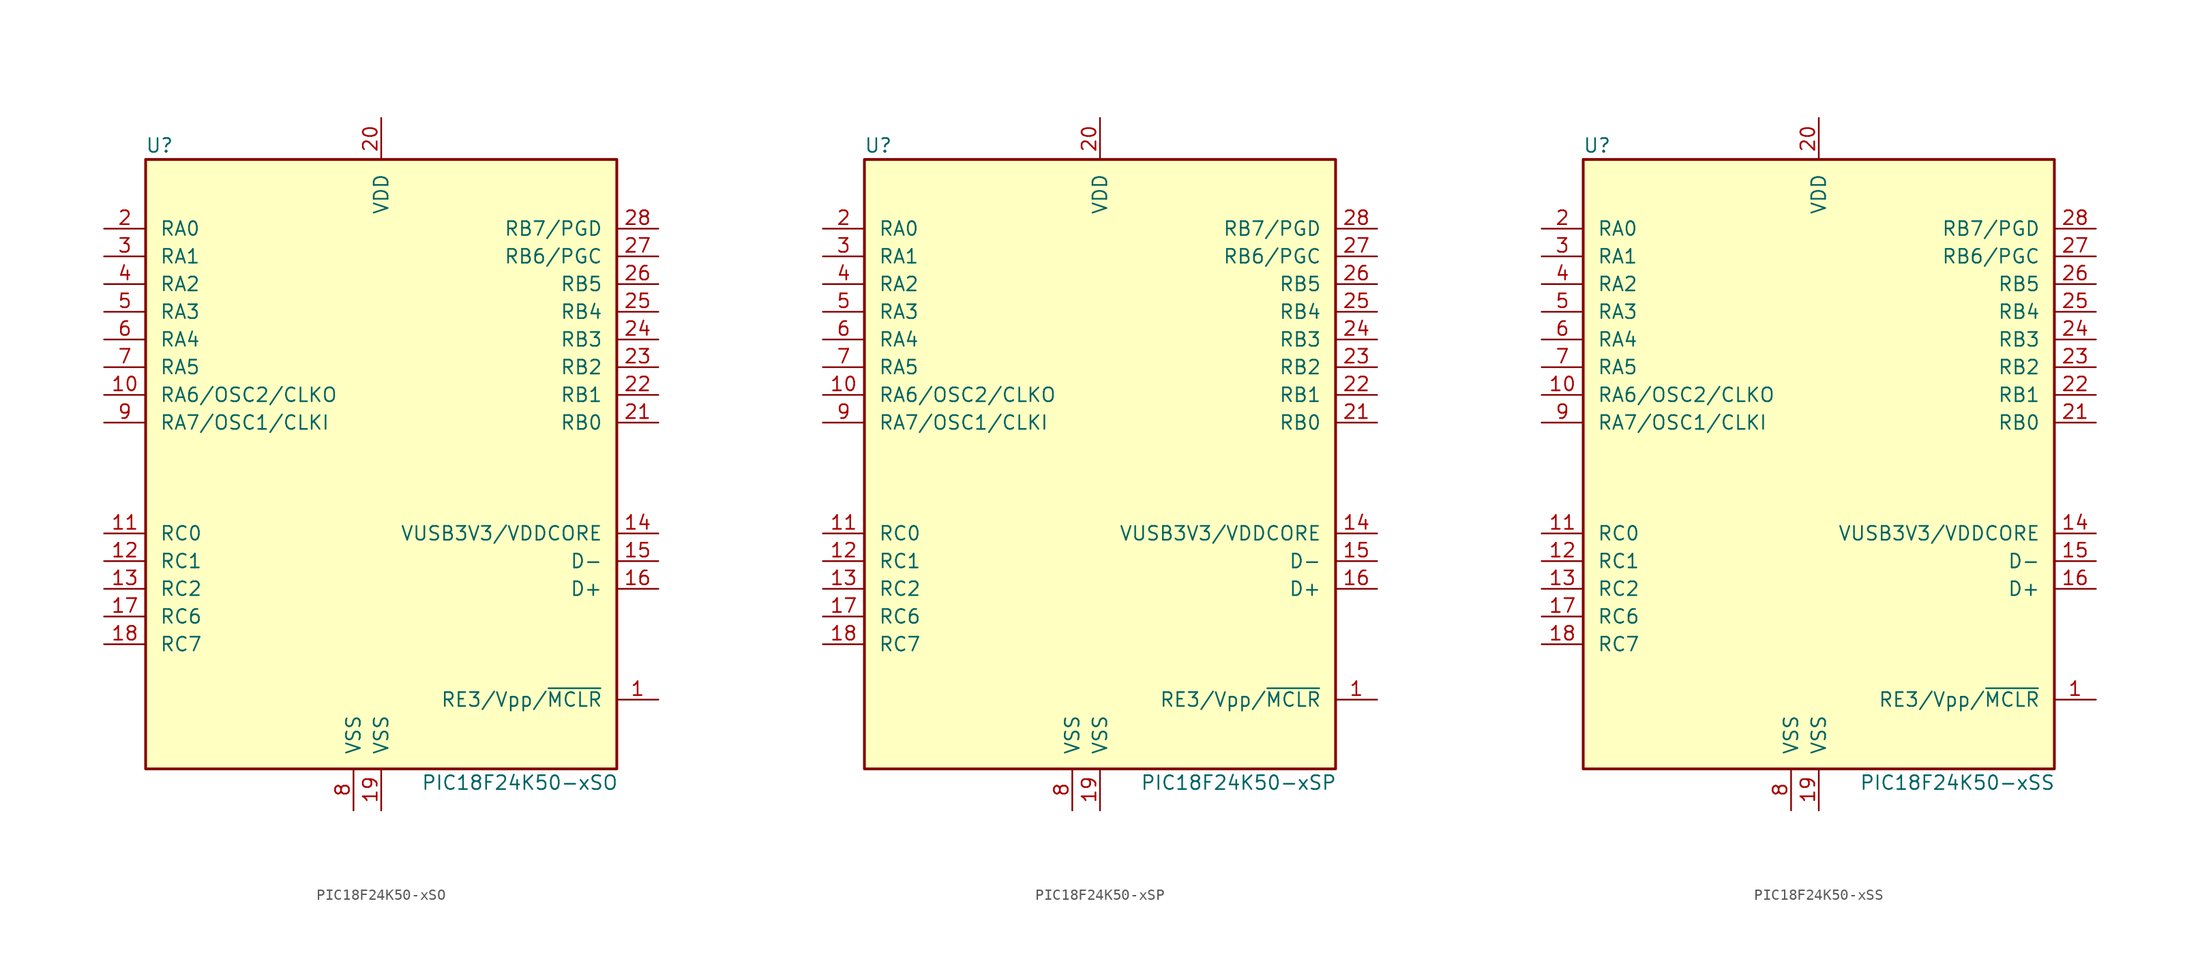
<source format=kicad_sym>
(kicad_symbol_lib
  (version 20241209)
  (generator "kicad_symbol_editor")
  (generator_version "9.0")
  (symbol "PIC18F24K50-xSO"
    (pin_names
      (offset 1.27))
    (property "Reference" "U"
      (at -20.32 30.48 0)
      (effects (font (size 1.27 1.27))))
    (property "Value" "PIC18F24K50-xSO"
      (at 12.7 -27.94 0)
      (effects (font (size 1.27 1.27))))
    (symbol "PIC18F24K50-xSO_0_1"
      (rectangle (start -21.59 29.21) (end 21.59 -26.67) (stroke (width 0.254) (type default)) (fill (type background))))
    (symbol "PIC18F24K50-xSO_1_1"
      (pin bidirectional line (at -25.4 22.86 0) (length 3.81) (name "RA0" (effects (font (size 1.27 1.27)))) (number "2" (effects (font (size 1.27 1.27)))))
      (pin bidirectional line (at -25.4 20.32 0) (length 3.81) (name "RA1" (effects (font (size 1.27 1.27)))) (number "3" (effects (font (size 1.27 1.27)))))
      (pin bidirectional line (at -25.4 17.78 0) (length 3.81) (name "RA2" (effects (font (size 1.27 1.27)))) (number "4" (effects (font (size 1.27 1.27)))))
      (pin bidirectional line (at -25.4 15.24 0) (length 3.81) (name "RA3" (effects (font (size 1.27 1.27)))) (number "5" (effects (font (size 1.27 1.27)))))
      (pin bidirectional line (at -25.4 12.7 0) (length 3.81) (name "RA4" (effects (font (size 1.27 1.27)))) (number "6" (effects (font (size 1.27 1.27)))))
      (pin bidirectional line (at -25.4 10.16 0) (length 3.81) (name "RA5" (effects (font (size 1.27 1.27)))) (number "7" (effects (font (size 1.27 1.27)))))
      (pin output line (at -25.4 7.62 0) (length 3.81) (name "RA6/OSC2/CLKO" (effects (font (size 1.27 1.27)))) (number "10" (effects (font (size 1.27 1.27)))))
      (pin input line (at -25.4 5.08 0) (length 3.81) (name "RA7/OSC1/CLKI" (effects (font (size 1.27 1.27)))) (number "9" (effects (font (size 1.27 1.27)))))
      (pin bidirectional line (at -25.4 -5.08 0) (length 3.81) (name "RC0" (effects (font (size 1.27 1.27)))) (number "11" (effects (font (size 1.27 1.27)))))
      (pin bidirectional line (at -25.4 -7.62 0) (length 3.81) (name "RC1" (effects (font (size 1.27 1.27)))) (number "12" (effects (font (size 1.27 1.27)))))
      (pin bidirectional line (at -25.4 -10.16 0) (length 3.81) (name "RC2" (effects (font (size 1.27 1.27)))) (number "13" (effects (font (size 1.27 1.27)))))
      (pin bidirectional line (at -25.4 -12.7 0) (length 3.81) (name "RC6" (effects (font (size 1.27 1.27)))) (number "17" (effects (font (size 1.27 1.27)))))
      (pin bidirectional line (at -25.4 -15.24 0) (length 3.81) (name "RC7" (effects (font (size 1.27 1.27)))) (number "18" (effects (font (size 1.27 1.27)))))
      (pin power_in line (at -2.54 -30.48 90) (length 3.81) (name "VSS" (effects (font (size 1.27 1.27)))) (number "8" (effects (font (size 1.27 1.27)))))
      (pin power_in line (at 0 33.02 270) (length 3.81) (name "VDD" (effects (font (size 1.27 1.27)))) (number "20" (effects (font (size 1.27 1.27)))))
      (pin power_in line (at 0 -30.48 90) (length 3.81) (name "VSS" (effects (font (size 1.27 1.27)))) (number "19" (effects (font (size 1.27 1.27)))))
      (pin bidirectional line (at 25.4 22.86 180) (length 3.81) (name "RB7/PGD" (effects (font (size 1.27 1.27)))) (number "28" (effects (font (size 1.27 1.27)))))
      (pin bidirectional line (at 25.4 20.32 180) (length 3.81) (name "RB6/PGC" (effects (font (size 1.27 1.27)))) (number "27" (effects (font (size 1.27 1.27)))))
      (pin bidirectional line (at 25.4 17.78 180) (length 3.81) (name "RB5" (effects (font (size 1.27 1.27)))) (number "26" (effects (font (size 1.27 1.27)))))
      (pin bidirectional line (at 25.4 15.24 180) (length 3.81) (name "RB4" (effects (font (size 1.27 1.27)))) (number "25" (effects (font (size 1.27 1.27)))))
      (pin bidirectional line (at 25.4 12.7 180) (length 3.81) (name "RB3" (effects (font (size 1.27 1.27)))) (number "24" (effects (font (size 1.27 1.27)))))
      (pin bidirectional line (at 25.4 10.16 180) (length 3.81) (name "RB2" (effects (font (size 1.27 1.27)))) (number "23" (effects (font (size 1.27 1.27)))))
      (pin bidirectional line (at 25.4 7.62 180) (length 3.81) (name "RB1" (effects (font (size 1.27 1.27)))) (number "22" (effects (font (size 1.27 1.27)))))
      (pin bidirectional line (at 25.4 5.08 180) (length 3.81) (name "RB0" (effects (font (size 1.27 1.27)))) (number "21" (effects (font (size 1.27 1.27)))))
      (pin bidirectional line (at 25.4 -5.08 180) (length 3.81) (name "VUSB3V3/VDDCORE" (effects (font (size 1.27 1.27)))) (number "14" (effects (font (size 1.27 1.27)))))
      (pin bidirectional line (at 25.4 -7.62 180) (length 3.81) (name "D-" (effects (font (size 1.27 1.27)))) (number "15" (effects (font (size 1.27 1.27)))))
      (pin bidirectional line (at 25.4 -10.16 180) (length 3.81) (name "D+" (effects (font (size 1.27 1.27)))) (number "16" (effects (font (size 1.27 1.27)))))
      (pin input line (at 25.4 -20.32 180) (length 3.81) (name "RE3/Vpp/~{MCLR}" (effects (font (size 1.27 1.27)))) (number "1" (effects (font (size 1.27 1.27)))))))
  (symbol "PIC18F24K50-xSP"
    (pin_names
      (offset 1.27))
    (property "Reference" "U"
      (at -20.32 30.48 0)
      (effects (font (size 1.27 1.27))))
    (property "Value" "PIC18F24K50-xSP"
      (at 12.7 -27.94 0)
      (effects (font (size 1.27 1.27))))
    (symbol "PIC18F24K50-xSP_0_1"
      (rectangle (start -21.59 29.21) (end 21.59 -26.67) (stroke (width 0.254) (type default)) (fill (type background))))
    (symbol "PIC18F24K50-xSP_1_1"
      (pin bidirectional line (at -25.4 22.86 0) (length 3.81) (name "RA0" (effects (font (size 1.27 1.27)))) (number "2" (effects (font (size 1.27 1.27)))))
      (pin bidirectional line (at -25.4 20.32 0) (length 3.81) (name "RA1" (effects (font (size 1.27 1.27)))) (number "3" (effects (font (size 1.27 1.27)))))
      (pin bidirectional line (at -25.4 17.78 0) (length 3.81) (name "RA2" (effects (font (size 1.27 1.27)))) (number "4" (effects (font (size 1.27 1.27)))))
      (pin bidirectional line (at -25.4 15.24 0) (length 3.81) (name "RA3" (effects (font (size 1.27 1.27)))) (number "5" (effects (font (size 1.27 1.27)))))
      (pin bidirectional line (at -25.4 12.7 0) (length 3.81) (name "RA4" (effects (font (size 1.27 1.27)))) (number "6" (effects (font (size 1.27 1.27)))))
      (pin bidirectional line (at -25.4 10.16 0) (length 3.81) (name "RA5" (effects (font (size 1.27 1.27)))) (number "7" (effects (font (size 1.27 1.27)))))
      (pin output line (at -25.4 7.62 0) (length 3.81) (name "RA6/OSC2/CLKO" (effects (font (size 1.27 1.27)))) (number "10" (effects (font (size 1.27 1.27)))))
      (pin input line (at -25.4 5.08 0) (length 3.81) (name "RA7/OSC1/CLKI" (effects (font (size 1.27 1.27)))) (number "9" (effects (font (size 1.27 1.27)))))
      (pin bidirectional line (at -25.4 -5.08 0) (length 3.81) (name "RC0" (effects (font (size 1.27 1.27)))) (number "11" (effects (font (size 1.27 1.27)))))
      (pin bidirectional line (at -25.4 -7.62 0) (length 3.81) (name "RC1" (effects (font (size 1.27 1.27)))) (number "12" (effects (font (size 1.27 1.27)))))
      (pin bidirectional line (at -25.4 -10.16 0) (length 3.81) (name "RC2" (effects (font (size 1.27 1.27)))) (number "13" (effects (font (size 1.27 1.27)))))
      (pin bidirectional line (at -25.4 -12.7 0) (length 3.81) (name "RC6" (effects (font (size 1.27 1.27)))) (number "17" (effects (font (size 1.27 1.27)))))
      (pin bidirectional line (at -25.4 -15.24 0) (length 3.81) (name "RC7" (effects (font (size 1.27 1.27)))) (number "18" (effects (font (size 1.27 1.27)))))
      (pin power_in line (at -2.54 -30.48 90) (length 3.81) (name "VSS" (effects (font (size 1.27 1.27)))) (number "8" (effects (font (size 1.27 1.27)))))
      (pin power_in line (at 0 33.02 270) (length 3.81) (name "VDD" (effects (font (size 1.27 1.27)))) (number "20" (effects (font (size 1.27 1.27)))))
      (pin power_in line (at 0 -30.48 90) (length 3.81) (name "VSS" (effects (font (size 1.27 1.27)))) (number "19" (effects (font (size 1.27 1.27)))))
      (pin bidirectional line (at 25.4 22.86 180) (length 3.81) (name "RB7/PGD" (effects (font (size 1.27 1.27)))) (number "28" (effects (font (size 1.27 1.27)))))
      (pin bidirectional line (at 25.4 20.32 180) (length 3.81) (name "RB6/PGC" (effects (font (size 1.27 1.27)))) (number "27" (effects (font (size 1.27 1.27)))))
      (pin bidirectional line (at 25.4 17.78 180) (length 3.81) (name "RB5" (effects (font (size 1.27 1.27)))) (number "26" (effects (font (size 1.27 1.27)))))
      (pin bidirectional line (at 25.4 15.24 180) (length 3.81) (name "RB4" (effects (font (size 1.27 1.27)))) (number "25" (effects (font (size 1.27 1.27)))))
      (pin bidirectional line (at 25.4 12.7 180) (length 3.81) (name "RB3" (effects (font (size 1.27 1.27)))) (number "24" (effects (font (size 1.27 1.27)))))
      (pin bidirectional line (at 25.4 10.16 180) (length 3.81) (name "RB2" (effects (font (size 1.27 1.27)))) (number "23" (effects (font (size 1.27 1.27)))))
      (pin bidirectional line (at 25.4 7.62 180) (length 3.81) (name "RB1" (effects (font (size 1.27 1.27)))) (number "22" (effects (font (size 1.27 1.27)))))
      (pin bidirectional line (at 25.4 5.08 180) (length 3.81) (name "RB0" (effects (font (size 1.27 1.27)))) (number "21" (effects (font (size 1.27 1.27)))))
      (pin bidirectional line (at 25.4 -5.08 180) (length 3.81) (name "VUSB3V3/VDDCORE" (effects (font (size 1.27 1.27)))) (number "14" (effects (font (size 1.27 1.27)))))
      (pin bidirectional line (at 25.4 -7.62 180) (length 3.81) (name "D-" (effects (font (size 1.27 1.27)))) (number "15" (effects (font (size 1.27 1.27)))))
      (pin bidirectional line (at 25.4 -10.16 180) (length 3.81) (name "D+" (effects (font (size 1.27 1.27)))) (number "16" (effects (font (size 1.27 1.27)))))
      (pin input line (at 25.4 -20.32 180) (length 3.81) (name "RE3/Vpp/~{MCLR}" (effects (font (size 1.27 1.27)))) (number "1" (effects (font (size 1.27 1.27)))))))
  (symbol "PIC18F24K50-xSS"
    (pin_names
      (offset 1.27))
    (property "Reference" "U"
      (at -20.32 30.48 0)
      (effects (font (size 1.27 1.27))))
    (property "Value" "PIC18F24K50-xSS"
      (at 12.7 -27.94 0)
      (effects (font (size 1.27 1.27))))
    (symbol "PIC18F24K50-xSS_0_1"
      (rectangle (start -21.59 29.21) (end 21.59 -26.67) (stroke (width 0.254) (type default)) (fill (type background))))
    (symbol "PIC18F24K50-xSS_1_1"
      (pin bidirectional line (at -25.4 22.86 0) (length 3.81) (name "RA0" (effects (font (size 1.27 1.27)))) (number "2" (effects (font (size 1.27 1.27)))))
      (pin bidirectional line (at -25.4 20.32 0) (length 3.81) (name "RA1" (effects (font (size 1.27 1.27)))) (number "3" (effects (font (size 1.27 1.27)))))
      (pin bidirectional line (at -25.4 17.78 0) (length 3.81) (name "RA2" (effects (font (size 1.27 1.27)))) (number "4" (effects (font (size 1.27 1.27)))))
      (pin bidirectional line (at -25.4 15.24 0) (length 3.81) (name "RA3" (effects (font (size 1.27 1.27)))) (number "5" (effects (font (size 1.27 1.27)))))
      (pin bidirectional line (at -25.4 12.7 0) (length 3.81) (name "RA4" (effects (font (size 1.27 1.27)))) (number "6" (effects (font (size 1.27 1.27)))))
      (pin bidirectional line (at -25.4 10.16 0) (length 3.81) (name "RA5" (effects (font (size 1.27 1.27)))) (number "7" (effects (font (size 1.27 1.27)))))
      (pin output line (at -25.4 7.62 0) (length 3.81) (name "RA6/OSC2/CLKO" (effects (font (size 1.27 1.27)))) (number "10" (effects (font (size 1.27 1.27)))))
      (pin input line (at -25.4 5.08 0) (length 3.81) (name "RA7/OSC1/CLKI" (effects (font (size 1.27 1.27)))) (number "9" (effects (font (size 1.27 1.27)))))
      (pin bidirectional line (at -25.4 -5.08 0) (length 3.81) (name "RC0" (effects (font (size 1.27 1.27)))) (number "11" (effects (font (size 1.27 1.27)))))
      (pin bidirectional line (at -25.4 -7.62 0) (length 3.81) (name "RC1" (effects (font (size 1.27 1.27)))) (number "12" (effects (font (size 1.27 1.27)))))
      (pin bidirectional line (at -25.4 -10.16 0) (length 3.81) (name "RC2" (effects (font (size 1.27 1.27)))) (number "13" (effects (font (size 1.27 1.27)))))
      (pin bidirectional line (at -25.4 -12.7 0) (length 3.81) (name "RC6" (effects (font (size 1.27 1.27)))) (number "17" (effects (font (size 1.27 1.27)))))
      (pin bidirectional line (at -25.4 -15.24 0) (length 3.81) (name "RC7" (effects (font (size 1.27 1.27)))) (number "18" (effects (font (size 1.27 1.27)))))
      (pin power_in line (at -2.54 -30.48 90) (length 3.81) (name "VSS" (effects (font (size 1.27 1.27)))) (number "8" (effects (font (size 1.27 1.27)))))
      (pin power_in line (at 0 33.02 270) (length 3.81) (name "VDD" (effects (font (size 1.27 1.27)))) (number "20" (effects (font (size 1.27 1.27)))))
      (pin power_in line (at 0 -30.48 90) (length 3.81) (name "VSS" (effects (font (size 1.27 1.27)))) (number "19" (effects (font (size 1.27 1.27)))))
      (pin bidirectional line (at 25.4 22.86 180) (length 3.81) (name "RB7/PGD" (effects (font (size 1.27 1.27)))) (number "28" (effects (font (size 1.27 1.27)))))
      (pin bidirectional line (at 25.4 20.32 180) (length 3.81) (name "RB6/PGC" (effects (font (size 1.27 1.27)))) (number "27" (effects (font (size 1.27 1.27)))))
      (pin bidirectional line (at 25.4 17.78 180) (length 3.81) (name "RB5" (effects (font (size 1.27 1.27)))) (number "26" (effects (font (size 1.27 1.27)))))
      (pin bidirectional line (at 25.4 15.24 180) (length 3.81) (name "RB4" (effects (font (size 1.27 1.27)))) (number "25" (effects (font (size 1.27 1.27)))))
      (pin bidirectional line (at 25.4 12.7 180) (length 3.81) (name "RB3" (effects (font (size 1.27 1.27)))) (number "24" (effects (font (size 1.27 1.27)))))
      (pin bidirectional line (at 25.4 10.16 180) (length 3.81) (name "RB2" (effects (font (size 1.27 1.27)))) (number "23" (effects (font (size 1.27 1.27)))))
      (pin bidirectional line (at 25.4 7.62 180) (length 3.81) (name "RB1" (effects (font (size 1.27 1.27)))) (number "22" (effects (font (size 1.27 1.27)))))
      (pin bidirectional line (at 25.4 5.08 180) (length 3.81) (name "RB0" (effects (font (size 1.27 1.27)))) (number "21" (effects (font (size 1.27 1.27)))))
      (pin bidirectional line (at 25.4 -5.08 180) (length 3.81) (name "VUSB3V3/VDDCORE" (effects (font (size 1.27 1.27)))) (number "14" (effects (font (size 1.27 1.27)))))
      (pin bidirectional line (at 25.4 -7.62 180) (length 3.81) (name "D-" (effects (font (size 1.27 1.27)))) (number "15" (effects (font (size 1.27 1.27)))))
      (pin bidirectional line (at 25.4 -10.16 180) (length 3.81) (name "D+" (effects (font (size 1.27 1.27)))) (number "16" (effects (font (size 1.27 1.27)))))
      (pin input line (at 25.4 -20.32 180) (length 3.81) (name "RE3/Vpp/~{MCLR}" (effects (font (size 1.27 1.27)))) (number "1" (effects (font (size 1.27 1.27))))))))
</source>
